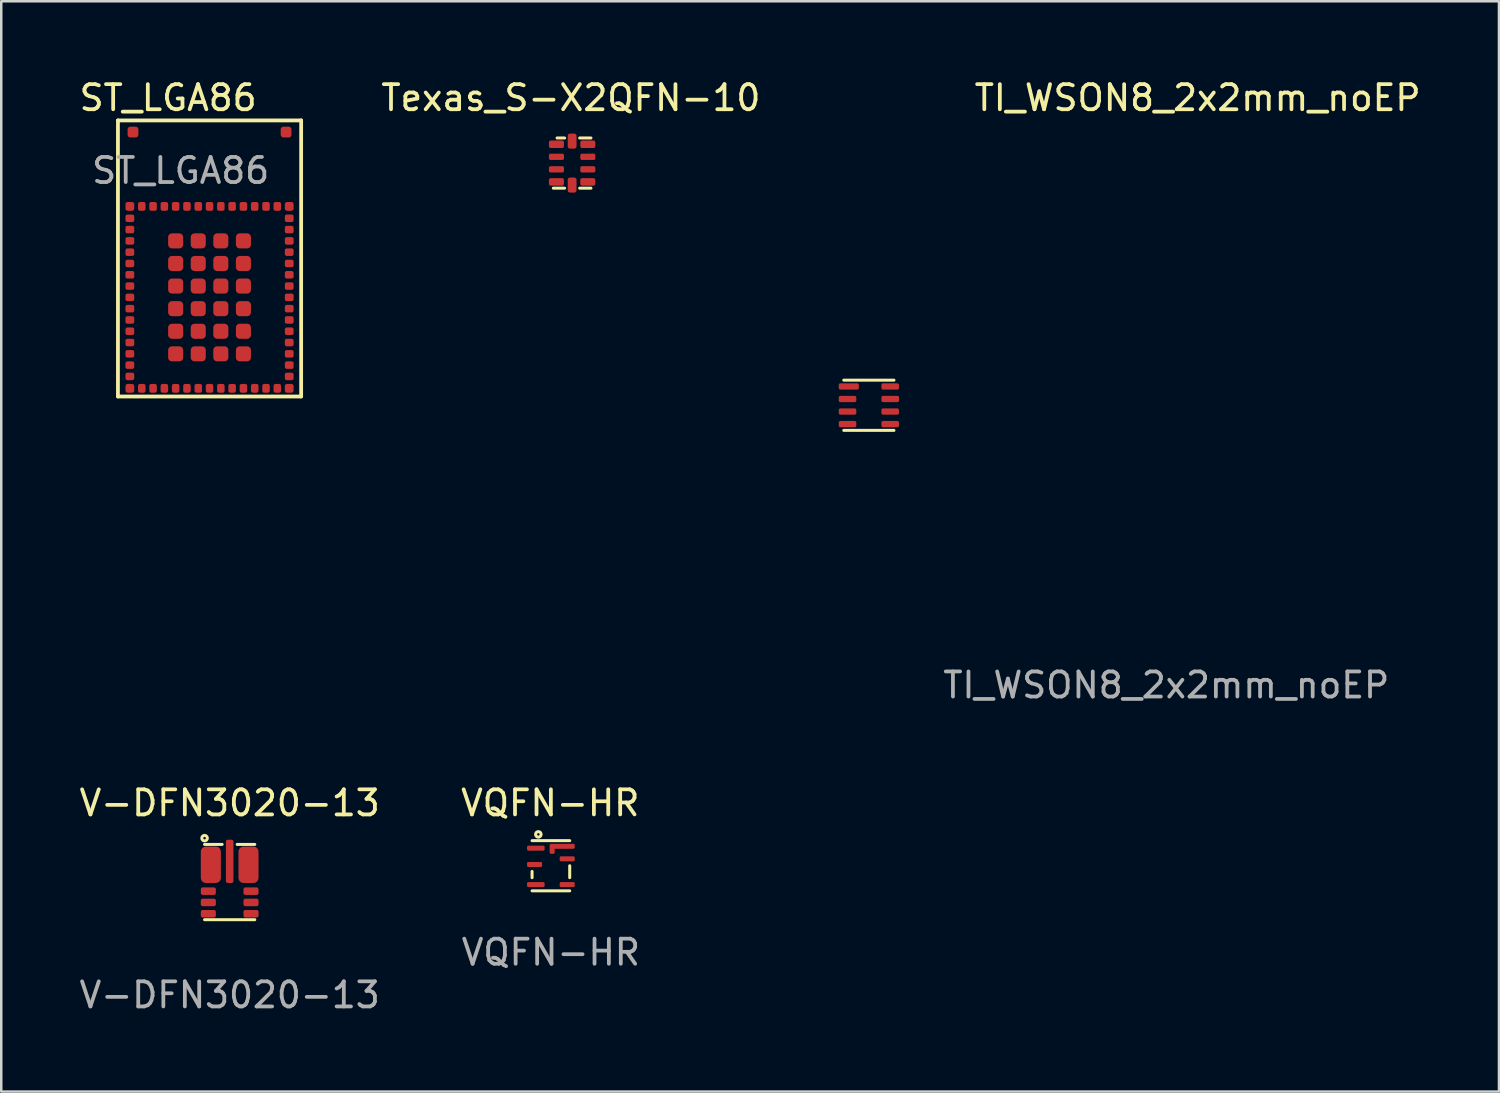
<source format=kicad_pcb>
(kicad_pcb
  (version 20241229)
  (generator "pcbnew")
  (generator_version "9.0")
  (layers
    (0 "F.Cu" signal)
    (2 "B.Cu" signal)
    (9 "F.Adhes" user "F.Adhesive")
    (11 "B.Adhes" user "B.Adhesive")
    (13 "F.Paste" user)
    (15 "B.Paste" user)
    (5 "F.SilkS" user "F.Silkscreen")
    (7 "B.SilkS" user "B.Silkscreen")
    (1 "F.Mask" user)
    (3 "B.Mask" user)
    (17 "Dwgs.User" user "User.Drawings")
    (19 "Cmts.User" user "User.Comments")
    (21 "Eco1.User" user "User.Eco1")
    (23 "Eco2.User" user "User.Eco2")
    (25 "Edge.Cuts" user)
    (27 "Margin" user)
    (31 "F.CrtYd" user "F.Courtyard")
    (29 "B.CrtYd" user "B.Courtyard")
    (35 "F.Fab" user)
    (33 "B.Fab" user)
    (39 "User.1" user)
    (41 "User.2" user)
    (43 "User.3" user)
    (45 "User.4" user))
  (footprint "Texas_S-X2QFN-10"
    (layer "F.Cu")
    (at 19.746 3.448)
    (property "Reference" "Texas_S-X2QFN-10" (at -0.05 -2.6 0) (layer "F.SilkS") (effects (font (size 1 1) (thickness 0.15))))
    (attr smd)
    (fp_line (start -0.75 1) (end -0.3 1) (stroke (width 0.12) (type solid)) (layer "F.SilkS"))
    (fp_line (start -0.6 -1) (end -0.3 -1) (stroke (width 0.12) (type solid)) (layer "F.SilkS"))
    (fp_line (start 0.3 1) (end 0.75 1) (stroke (width 0.12) (type solid)) (layer "F.SilkS"))
    (fp_line (start 0.75 -1) (end 0.3 -1) (stroke (width 0.12) (type solid)) (layer "F.SilkS"))
    (pad "1" smd roundrect (at -0.625 -0.75) (size 0.6 0.3) (layers "F.Cu" "F.Mask" "F.Paste") (roundrect_rratio 0.25))
    (pad "2" smd roundrect (at -0.625 -0.25) (size 0.6 0.25) (layers "F.Cu" "F.Mask" "F.Paste") (roundrect_rratio 0.25))
    (pad "3" smd roundrect (at -0.625 0.25) (size 0.6 0.25) (layers "F.Cu" "F.Mask" "F.Paste") (roundrect_rratio 0.25))
    (pad "4" smd roundrect (at -0.625 0.75) (size 0.6 0.3) (layers "F.Cu" "F.Mask" "F.Paste") (roundrect_rratio 0.25))
    (pad "5" smd roundrect (at 0 0.875) (size 0.35 0.6) (layers "F.Cu" "F.Mask" "F.Paste") (roundrect_rratio 0.25))
    (pad "6" smd roundrect (at 0.625 0.75) (size 0.6 0.3) (layers "F.Cu" "F.Mask" "F.Paste") (roundrect_rratio 0.25))
    (pad "7" smd roundrect (at 0.625 0.25) (size 0.6 0.25) (layers "F.Cu" "F.Mask" "F.Paste") (roundrect_rratio 0.25))
    (pad "8" smd roundrect (at 0.625 -0.25) (size 0.6 0.25) (layers "F.Cu" "F.Mask" "F.Paste") (roundrect_rratio 0.25))
    (pad "9" smd roundrect (at 0.625 -0.75) (size 0.6 0.3) (layers "F.Cu" "F.Mask" "F.Paste") (roundrect_rratio 0.25))
    (pad "10" smd roundrect (at 0 -0.875) (size 0.35 0.6) (layers "F.Cu" "F.Mask" "F.Paste") (roundrect_rratio 0.25)))
  (footprint "V-DFN3020-13"
    (layer "F.Cu")
    (at 6.101 32.095)
    (property "Reference" "V-DFN3020-13" (at 0 -3.15 0) (unlocked yes) (layer "F.SilkS") (effects (font (size 1 1) (thickness 0.15))))
    (attr smd)
    (fp_line (start -1 -1.5) (end -0.3 -1.5) (stroke (width 0.12) (type solid)) (layer "F.SilkS"))
    (fp_line (start -1 1.5) (end 1 1.5) (stroke (width 0.12) (type solid)) (layer "F.SilkS"))
    (fp_line (start 1 -1.5) (end 0.3 -1.5) (stroke (width 0.12) (type solid)) (layer "F.SilkS"))
    (fp_circle (center -1 -1.75) (end -1 -1.8) (stroke (width 0.12) (type solid)) (fill no) (layer "F.SilkS"))
    (fp_text user "${REFERENCE}" (at 0 4.5 0) (unlocked yes) (layer "F.Fab") (effects (font (size 1 1) (thickness 0.15))))
    (pad "1" smd roundrect (at -0.75 -0.688) (size 0.8 1.45) (layers "F.Cu" "F.Mask" "F.Paste") (roundrect_rratio 0.25))
    (pad "2" smd roundrect (at -0.85 0.362) (size 0.6 0.3) (layers "F.Cu" "F.Mask" "F.Paste") (roundrect_rratio 0.25))
    (pad "3" smd roundrect (at -0.85 0.812) (size 0.6 0.3) (layers "F.Cu" "F.Mask" "F.Paste") (roundrect_rratio 0.25))
    (pad "4" smd roundrect (at -0.85 1.262) (size 0.6 0.3) (layers "F.Cu" "F.Mask" "F.Paste") (roundrect_rratio 0.25))
    (pad "5" smd roundrect (at 0.85 1.262) (size 0.6 0.3) (layers "F.Cu" "F.Mask" "F.Paste") (roundrect_rratio 0.25))
    (pad "6" smd roundrect (at 0.85 0.812) (size 0.6 0.3) (layers "F.Cu" "F.Mask" "F.Paste") (roundrect_rratio 0.25))
    (pad "7" smd roundrect (at 0.85 0.362) (size 0.6 0.3) (layers "F.Cu" "F.Mask" "F.Paste") (roundrect_rratio 0.25))
    (pad "8" smd roundrect (at 0.75 -0.688) (size 0.8 1.45) (layers "F.Cu" "F.Mask" "F.Paste") (roundrect_rratio 0.25))
    (pad "9" smd roundrect (at 0 -0.825) (size 0.3 1.725) (layers "F.Cu" "F.Mask" "F.Paste") (roundrect_rratio 0.25)))
  (footprint "TI_WSON8_2x2mm_noEP"
    (layer "F.Cu")
    (at 31.569 13.098)
    (property "Reference" "TI_WSON8_2x2mm_noEP" (at 13.1 -12.25 0) (unlocked yes) (layer "F.SilkS") (effects (font (size 1 1) (thickness 0.15))))
    (attr smd)
    (fp_line (start -1 -1) (end 1 -1) (stroke (width 0.12) (type solid)) (layer "F.SilkS"))
    (fp_line (start -1 1) (end 1 1) (stroke (width 0.12) (type solid)) (layer "F.SilkS"))
    (fp_text user "${REFERENCE}" (at 11.85 11.15 0) (unlocked yes) (layer "F.Fab") (effects (font (size 1 1) (thickness 0.15))))
    (pad "1" smd roundrect (at -0.8 -0.75) (size 0.8 0.25) (layers "F.Cu" "F.Mask" "F.Paste") (roundrect_rratio 0.25))
    (pad "2" smd roundrect (at -0.85 -0.25) (size 0.7 0.25) (layers "F.Cu" "F.Mask" "F.Paste") (roundrect_rratio 0.25))
    (pad "3" smd roundrect (at -0.85 0.25) (size 0.7 0.25) (layers "F.Cu" "F.Mask" "F.Paste") (roundrect_rratio 0.25))
    (pad "4" smd roundrect (at -0.85 0.75) (size 0.7 0.25) (layers "F.Cu" "F.Mask" "F.Paste") (roundrect_rratio 0.25))
    (pad "5" smd roundrect (at 0.85 0.75) (size 0.7 0.25) (layers "F.Cu" "F.Mask" "F.Paste") (roundrect_rratio 0.25))
    (pad "6" smd roundrect (at 0.85 0.25) (size 0.7 0.25) (layers "F.Cu" "F.Mask" "F.Paste") (roundrect_rratio 0.25))
    (pad "7" smd roundrect (at 0.85 -0.25) (size 0.7 0.25) (layers "F.Cu" "F.Mask" "F.Paste") (roundrect_rratio 0.25))
    (pad "8" smd roundrect (at 0.85 -0.75) (size 0.7 0.25) (layers "F.Cu" "F.Mask" "F.Paste") (roundrect_rratio 0.25)))
  (footprint "ST_LGA86"
    (layer "F.Cu")
    (at 1.649 1.748)
    (property "Reference" "ST_LGA86" (at 2 -0.9 0) (unlocked yes) (layer "F.SilkS") (effects (font (size 1 1) (thickness 0.15))))
    (attr smd)
    (fp_line (start 0 0) (end 7.3 0) (stroke (width 0.15) (type solid)) (layer "F.SilkS"))
    (fp_line (start 0 11) (end 0 0) (stroke (width 0.15) (type solid)) (layer "F.SilkS"))
    (fp_line (start 7.3 0) (end 7.3 11) (stroke (width 0.15) (type solid)) (layer "F.SilkS"))
    (fp_line (start 7.3 11) (end 0 11) (stroke (width 0.15) (type solid)) (layer "F.SilkS"))
    (fp_text user "${REFERENCE}" (at 2.5 2 0) (unlocked yes) (layer "F.Fab") (effects (font (size 1 1) (thickness 0.15))))
    (pad "1" smd roundrect (at 0.475 3.425) (size 0.35 0.35) (layers "F.Cu" "F.Mask" "F.Paste") (roundrect_rratio 0.25))
    (pad "2" smd roundrect (at 0.475 3.9) (size 0.35 0.3) (layers "F.Cu" "F.Mask" "F.Paste") (roundrect_rratio 0.25))
    (pad "3" smd roundrect (at 0.475 4.35) (size 0.35 0.3) (layers "F.Cu" "F.Mask" "F.Paste") (roundrect_rratio 0.25))
    (pad "4" smd roundrect (at 0.475 4.8) (size 0.35 0.3) (layers "F.Cu" "F.Mask" "F.Paste") (roundrect_rratio 0.25))
    (pad "5" smd roundrect (at 0.475 5.25) (size 0.35 0.3) (layers "F.Cu" "F.Mask" "F.Paste") (roundrect_rratio 0.25))
    (pad "6" smd roundrect (at 0.475 5.7) (size 0.35 0.3) (layers "F.Cu" "F.Mask" "F.Paste") (roundrect_rratio 0.25))
    (pad "7" smd roundrect (at 0.475 6.15) (size 0.35 0.3) (layers "F.Cu" "F.Mask" "F.Paste") (roundrect_rratio 0.25))
    (pad "8" smd roundrect (at 0.475 6.6) (size 0.35 0.3) (layers "F.Cu" "F.Mask" "F.Paste") (roundrect_rratio 0.25))
    (pad "9" smd roundrect (at 0.475 7.05) (size 0.35 0.3) (layers "F.Cu" "F.Mask" "F.Paste") (roundrect_rratio 0.25))
    (pad "10" smd roundrect (at 0.475 7.5) (size 0.35 0.3) (layers "F.Cu" "F.Mask" "F.Paste") (roundrect_rratio 0.25))
    (pad "11" smd roundrect (at 0.475 7.95) (size 0.35 0.3) (layers "F.Cu" "F.Mask" "F.Paste") (roundrect_rratio 0.25))
    (pad "12" smd roundrect (at 0.475 8.4) (size 0.35 0.3) (layers "F.Cu" "F.Mask" "F.Paste") (roundrect_rratio 0.25))
    (pad "13" smd roundrect (at 0.475 8.85) (size 0.35 0.3) (layers "F.Cu" "F.Mask" "F.Paste") (roundrect_rratio 0.25))
    (pad "14" smd roundrect (at 0.475 9.3) (size 0.35 0.3) (layers "F.Cu" "F.Mask" "F.Paste") (roundrect_rratio 0.25))
    (pad "15" smd roundrect (at 0.475 9.75) (size 0.35 0.3) (layers "F.Cu" "F.Mask" "F.Paste") (roundrect_rratio 0.25))
    (pad "16" smd roundrect (at 0.475 10.2) (size 0.35 0.3) (layers "F.Cu" "F.Mask" "F.Paste") (roundrect_rratio 0.25))
    (pad "17" smd roundrect (at 0.475 10.675) (size 0.35 0.35) (layers "F.Cu" "F.Mask" "F.Paste" "Eco2.User") (roundrect_rratio 0.25))
    (pad "18" smd roundrect (at 0.95 10.675 90) (size 0.35 0.3) (layers "F.Cu" "F.Mask" "F.Paste") (roundrect_rratio 0.25))
    (pad "19" smd roundrect (at 1.4 10.675 90) (size 0.35 0.3) (layers "F.Cu" "F.Mask" "F.Paste") (roundrect_rratio 0.25))
    (pad "20" smd roundrect (at 1.85 10.675 90) (size 0.35 0.3) (layers "F.Cu" "F.Mask" "F.Paste") (roundrect_rratio 0.25))
    (pad "21" smd roundrect (at 2.3 10.675 90) (size 0.35 0.3) (layers "F.Cu" "F.Mask" "F.Paste") (roundrect_rratio 0.25))
    (pad "22" smd roundrect (at 2.75 10.675 90) (size 0.35 0.3) (layers "F.Cu" "F.Mask" "F.Paste") (roundrect_rratio 0.25))
    (pad "23" smd roundrect (at 3.2 10.675 90) (size 0.35 0.3) (layers "F.Cu" "F.Mask" "F.Paste") (roundrect_rratio 0.25))
    (pad "24" smd roundrect (at 3.65 10.675 90) (size 0.35 0.3) (layers "F.Cu" "F.Mask" "F.Paste") (roundrect_rratio 0.25))
    (pad "25" smd roundrect (at 4.1 10.675 90) (size 0.35 0.3) (layers "F.Cu" "F.Mask" "F.Paste") (roundrect_rratio 0.25))
    (pad "26" smd roundrect (at 4.55 10.675 90) (size 0.35 0.3) (layers "F.Cu" "F.Mask" "F.Paste") (roundrect_rratio 0.25))
    (pad "27" smd roundrect (at 5 10.675 90) (size 0.35 0.3) (layers "F.Cu" "F.Mask" "F.Paste") (roundrect_rratio 0.25))
    (pad "28" smd roundrect (at 5.45 10.675 90) (size 0.35 0.3) (layers "F.Cu" "F.Mask" "F.Paste") (roundrect_rratio 0.25))
    (pad "29" smd roundrect (at 5.9 10.675 90) (size 0.35 0.3) (layers "F.Cu" "F.Mask" "F.Paste") (roundrect_rratio 0.25))
    (pad "30" smd roundrect (at 6.35 10.675 90) (size 0.35 0.3) (layers "F.Cu" "F.Mask" "F.Paste") (roundrect_rratio 0.25))
    (pad "31" smd roundrect (at 6.825 10.675) (size 0.35 0.35) (layers "F.Cu" "F.Mask" "F.Paste") (roundrect_rratio 0.25))
    (pad "32" smd roundrect (at 6.825 10.2 180) (size 0.35 0.3) (layers "F.Cu" "F.Mask" "F.Paste") (roundrect_rratio 0.25))
    (pad "33" smd roundrect (at 6.825 9.75 180) (size 0.35 0.3) (layers "F.Cu" "F.Mask" "F.Paste") (roundrect_rratio 0.25))
    (pad "34" smd roundrect (at 6.825 9.3 180) (size 0.35 0.3) (layers "F.Cu" "F.Mask" "F.Paste") (roundrect_rratio 0.25))
    (pad "35" smd roundrect (at 6.825 8.85 180) (size 0.35 0.3) (layers "F.Cu" "F.Mask" "F.Paste") (roundrect_rratio 0.25))
    (pad "36" smd roundrect (at 6.825 8.4 180) (size 0.35 0.3) (layers "F.Cu" "F.Mask" "F.Paste") (roundrect_rratio 0.25))
    (pad "37" smd roundrect (at 6.825 7.95 180) (size 0.35 0.3) (layers "F.Cu" "F.Mask" "F.Paste") (roundrect_rratio 0.25))
    (pad "38" smd roundrect (at 6.825 7.5 180) (size 0.35 0.3) (layers "F.Cu" "F.Mask" "F.Paste") (roundrect_rratio 0.25))
    (pad "39" smd roundrect (at 6.825 7.05 180) (size 0.35 0.3) (layers "F.Cu" "F.Mask" "F.Paste") (roundrect_rratio 0.25))
    (pad "40" smd roundrect (at 6.825 6.6 180) (size 0.35 0.3) (layers "F.Cu" "F.Mask" "F.Paste") (roundrect_rratio 0.25))
    (pad "41" smd roundrect (at 6.825 6.15 180) (size 0.35 0.3) (layers "F.Cu" "F.Mask" "F.Paste") (roundrect_rratio 0.25))
    (pad "42" smd roundrect (at 6.825 5.7 180) (size 0.35 0.3) (layers "F.Cu" "F.Mask" "F.Paste") (roundrect_rratio 0.25))
    (pad "43" smd roundrect (at 6.825 5.25 180) (size 0.35 0.3) (layers "F.Cu" "F.Mask" "F.Paste") (roundrect_rratio 0.25))
    (pad "44" smd roundrect (at 6.825 4.8 180) (size 0.35 0.3) (layers "F.Cu" "F.Mask" "F.Paste") (roundrect_rratio 0.25))
    (pad "45" smd roundrect (at 6.825 4.35 180) (size 0.35 0.3) (layers "F.Cu" "F.Mask" "F.Paste") (roundrect_rratio 0.25))
    (pad "46" smd roundrect (at 6.825 3.9) (size 0.35 0.3) (layers "F.Cu" "F.Mask" "F.Paste") (roundrect_rratio 0.25))
    (pad "47" smd roundrect (at 6.825 3.425) (size 0.35 0.35) (layers "F.Cu" "F.Mask" "F.Paste") (roundrect_rratio 0.25))
    (pad "48" smd roundrect (at 6.35 3.425 270) (size 0.35 0.3) (layers "F.Cu" "F.Mask" "F.Paste") (roundrect_rratio 0.25))
    (pad "49" smd roundrect (at 5.9 3.425 270) (size 0.35 0.3) (layers "F.Cu" "F.Mask" "F.Paste") (roundrect_rratio 0.25))
    (pad "50" smd roundrect (at 5.45 3.425 270) (size 0.35 0.3) (layers "F.Cu" "F.Mask" "F.Paste") (roundrect_rratio 0.25))
    (pad "51" smd roundrect (at 5 3.425 270) (size 0.35 0.3) (layers "F.Cu" "F.Mask" "F.Paste") (roundrect_rratio 0.25))
    (pad "52" smd roundrect (at 4.55 3.425 270) (size 0.35 0.3) (layers "F.Cu" "F.Mask" "F.Paste") (roundrect_rratio 0.25))
    (pad "53" smd roundrect (at 4.1 3.425 270) (size 0.35 0.3) (layers "F.Cu" "F.Mask" "F.Paste") (roundrect_rratio 0.25))
    (pad "54" smd roundrect (at 3.65 3.425 270) (size 0.35 0.3) (layers "F.Cu" "F.Mask" "F.Paste") (roundrect_rratio 0.25))
    (pad "55" smd roundrect (at 3.2 3.425 270) (size 0.35 0.3) (layers "F.Cu" "F.Mask" "F.Paste") (roundrect_rratio 0.25))
    (pad "56" smd roundrect (at 2.75 3.425 270) (size 0.35 0.3) (layers "F.Cu" "F.Mask" "F.Paste") (roundrect_rratio 0.25))
    (pad "57" smd roundrect (at 2.3 3.425 270) (size 0.35 0.3) (layers "F.Cu" "F.Mask" "F.Paste") (roundrect_rratio 0.25))
    (pad "58" smd roundrect (at 1.85 3.425 270) (size 0.35 0.3) (layers "F.Cu" "F.Mask" "F.Paste") (roundrect_rratio 0.25))
    (pad "59" smd roundrect (at 1.4 3.425 270) (size 0.35 0.3) (layers "F.Cu" "F.Mask" "F.Paste") (roundrect_rratio 0.25))
    (pad "60" smd roundrect (at 0.95 3.425 270) (size 0.35 0.3) (layers "F.Cu" "F.Mask" "F.Paste") (roundrect_rratio 0.25))
    (pad "61" smd roundrect (at 2.3 4.8 270) (size 0.6 0.6) (layers "F.Cu" "F.Mask" "F.Paste") (roundrect_rratio 0.25))
    (pad "62" smd roundrect (at 2.3 5.7 270) (size 0.6 0.6) (layers "F.Cu" "F.Mask" "F.Paste") (roundrect_rratio 0.25))
    (pad "63" smd roundrect (at 2.3 6.6 270) (size 0.6 0.6) (layers "F.Cu" "F.Mask" "F.Paste") (roundrect_rratio 0.25))
    (pad "64" smd roundrect (at 2.3 7.5 270) (size 0.6 0.6) (layers "F.Cu" "F.Mask" "F.Paste") (roundrect_rratio 0.25))
    (pad "65" smd roundrect (at 2.3 8.4 270) (size 0.6 0.6) (layers "F.Cu" "F.Mask" "F.Paste") (roundrect_rratio 0.25))
    (pad "66" smd roundrect (at 2.3 9.3 270) (size 0.6 0.6) (layers "F.Cu" "F.Mask" "F.Paste") (roundrect_rratio 0.25))
    (pad "67" smd roundrect (at 3.2 9.3 270) (size 0.6 0.6) (layers "F.Cu" "F.Mask" "F.Paste") (roundrect_rratio 0.25))
    (pad "68" smd roundrect (at 4.1 9.3 270) (size 0.6 0.6) (layers "F.Cu" "F.Mask" "F.Paste") (roundrect_rratio 0.25))
    (pad "69" smd roundrect (at 5 9.3 270) (size 0.6 0.6) (layers "F.Cu" "F.Mask" "F.Paste") (roundrect_rratio 0.25))
    (pad "70" smd roundrect (at 5 8.4 270) (size 0.6 0.6) (layers "F.Cu" "F.Mask" "F.Paste") (roundrect_rratio 0.25))
    (pad "71" smd roundrect (at 5 7.5 270) (size 0.6 0.6) (layers "F.Cu" "F.Mask" "F.Paste") (roundrect_rratio 0.25))
    (pad "72" smd roundrect (at 5 6.6 270) (size 0.6 0.6) (layers "F.Cu" "F.Mask" "F.Paste") (roundrect_rratio 0.25))
    (pad "73" smd roundrect (at 5 5.7 270) (size 0.6 0.6) (layers "F.Cu" "F.Mask" "F.Paste") (roundrect_rratio 0.25))
    (pad "74" smd roundrect (at 5 4.8 270) (size 0.6 0.6) (layers "F.Cu" "F.Mask" "F.Paste") (roundrect_rratio 0.25))
    (pad "75" smd roundrect (at 4.1 4.8 270) (size 0.6 0.6) (layers "F.Cu" "F.Mask" "F.Paste") (roundrect_rratio 0.25))
    (pad "76" smd roundrect (at 3.2 4.8 270) (size 0.6 0.6) (layers "F.Cu" "F.Mask" "F.Paste") (roundrect_rratio 0.25))
    (pad "77" smd roundrect (at 3.2 5.7 270) (size 0.6 0.6) (layers "F.Cu" "F.Mask" "F.Paste") (roundrect_rratio 0.25))
    (pad "78" smd roundrect (at 3.2 6.6 270) (size 0.6 0.6) (layers "F.Cu" "F.Mask" "F.Paste") (roundrect_rratio 0.25))
    (pad "79" smd roundrect (at 3.2 7.5 270) (size 0.6 0.6) (layers "F.Cu" "F.Mask" "F.Paste") (roundrect_rratio 0.25))
    (pad "80" smd roundrect (at 3.2 8.4 270) (size 0.6 0.6) (layers "F.Cu" "F.Mask" "F.Paste") (roundrect_rratio 0.25))
    (pad "81" smd roundrect (at 4.1 8.4 270) (size 0.6 0.6) (layers "F.Cu" "F.Mask" "F.Paste") (roundrect_rratio 0.25))
    (pad "82" smd roundrect (at 4.1 7.5 270) (size 0.6 0.6) (layers "F.Cu" "F.Mask" "F.Paste") (roundrect_rratio 0.25))
    (pad "83" smd roundrect (at 4.1 6.6 270) (size 0.6 0.6) (layers "F.Cu" "F.Mask" "F.Paste") (roundrect_rratio 0.25))
    (pad "84" smd roundrect (at 4.1 5.7 270) (size 0.6 0.6) (layers "F.Cu" "F.Mask" "F.Paste") (roundrect_rratio 0.25))
    (pad "85" smd roundrect (at 0.6 0.465 270) (size 0.43 0.43) (layers "F.Cu" "F.Mask" "F.Paste") (roundrect_rratio 0.25))
    (pad "86" smd roundrect (at 6.7 0.465 270) (size 0.43 0.43) (layers "F.Cu" "F.Mask" "F.Paste") (roundrect_rratio 0.25)))
  (footprint "VQFN-HR"
    (layer "F.Cu")
    (at 18.9 31.445)
    (property "Reference" "VQFN-HR" (at -0.025 -2.5 0) (unlocked yes) (layer "F.SilkS") (effects (font (size 1 1) (thickness 0.15))))
    (attr smd)
    (fp_line (start -0.75 -1) (end 0.75 -1) (stroke (width 0.12) (type solid)) (layer "F.SilkS"))
    (fp_line (start -0.75 0.475) (end -0.75 0.225) (stroke (width 0.12) (type solid)) (layer "F.SilkS"))
    (fp_line (start -0.75 1) (end 0.75 1) (stroke (width 0.12) (type solid)) (layer "F.SilkS"))
    (fp_line (start 0.75 0.475) (end 0.75 0) (stroke (width 0.12) (type solid)) (layer "F.SilkS"))
    (fp_circle (center -0.5 -1.25) (end -0.45 -1.25) (stroke (width 0.12) (type solid)) (fill no) (layer "F.SilkS"))
    (fp_line (start -1 -0.75) (end -0.4 -0.75) (stroke (width 0.1) (type solid)) (layer "F.Paste"))
    (fp_line (start -1 -0.65) (end -1 -0.75) (stroke (width 0.1) (type solid)) (layer "F.Paste"))
    (fp_line (start -0.4 -0.75) (end -0.4 -0.65) (stroke (width 0.1) (type solid)) (layer "F.Paste"))
    (fp_line (start -0.4 -0.65) (end -1 -0.65) (stroke (width 0.1) (type solid)) (layer "F.Paste"))
    (fp_line (start 0.075 -0.825) (end 0.975 -0.825) (stroke (width 0.1) (type solid)) (layer "F.Paste"))
    (fp_line (start 0.075 -0.525) (end 0.075 -0.825) (stroke (width 0.1) (type solid)) (layer "F.Paste"))
    (fp_line (start 0.175 -0.825) (end 0.175 -0.525) (stroke (width 0.1) (type solid)) (layer "F.Paste"))
    (fp_line (start 0.175 -0.525) (end 0.075 -0.525) (stroke (width 0.1) (type solid)) (layer "F.Paste"))
    (fp_line (start 0.975 -0.825) (end 0.975 -0.725) (stroke (width 0.1) (type solid)) (layer "F.Paste"))
    (fp_line (start 0.975 -0.725) (end 0.075 -0.725) (stroke (width 0.1) (type solid)) (layer "F.Paste"))
    (fp_text user "${REFERENCE}" (at 0 3.45 0) (unlocked yes) (layer "F.Fab") (effects (font (size 1 1) (thickness 0.15))))
    (pad "1" smd roundrect (at -0.6 -0.7) (size 0.7 0.2) (layers "F.Cu" "F.Mask") (roundrect_rratio 0.25))
    (pad "2" smd roundrect (at -0.65 -0.05) (size 0.6 0.2) (layers "F.Cu" "F.Mask" "F.Paste") (roundrect_rratio 0.25))
    (pad "3" smd roundrect (at -0.6 0.75) (size 0.7 0.2) (layers "F.Cu" "F.Mask" "F.Paste") (roundrect_rratio 0.25))
    (pad "4" smd roundrect (at 0.65 0.75) (size 0.6 0.2) (layers "F.Cu" "F.Mask" "F.Paste") (roundrect_rratio 0.25))
    (pad "5" smd roundrect (at 0.65 -0.275) (size 0.6 0.2) (layers "F.Cu" "F.Mask" "F.Paste") (roundrect_rratio 0.25))
    (pad "6" smd custom (at 0.45 -0.775) (size 0.001 0.001) (layers "F.Cu" "F.Mask") (options (anchor rect)) (primitives (gr_line (start -0.45 0.05) (end 0.45 0.05) (width 0.1)) (gr_line (start -0.45 -0.05) (end -0.45 0.25) (width 0.1)) (gr_line (start -0.45 -0.05) (end 0.45 -0.05) (width 0.1)) (gr_line (start 0.45 0.05) (end 0.45 -0.05) (width 0.1)) (gr_line (start -0.35 -0.05) (end -0.35 0.25) (width 0.1)) (gr_line (start -0.45 0.25) (end -0.35 0.25) (width 0.1)))))
  (gr_rect
    (start -3 -3)
    (end 56.675 40.443)
    (stroke (width 0.1) (type default))
    (fill no)
    (layer "Edge.Cuts")))
</source>
